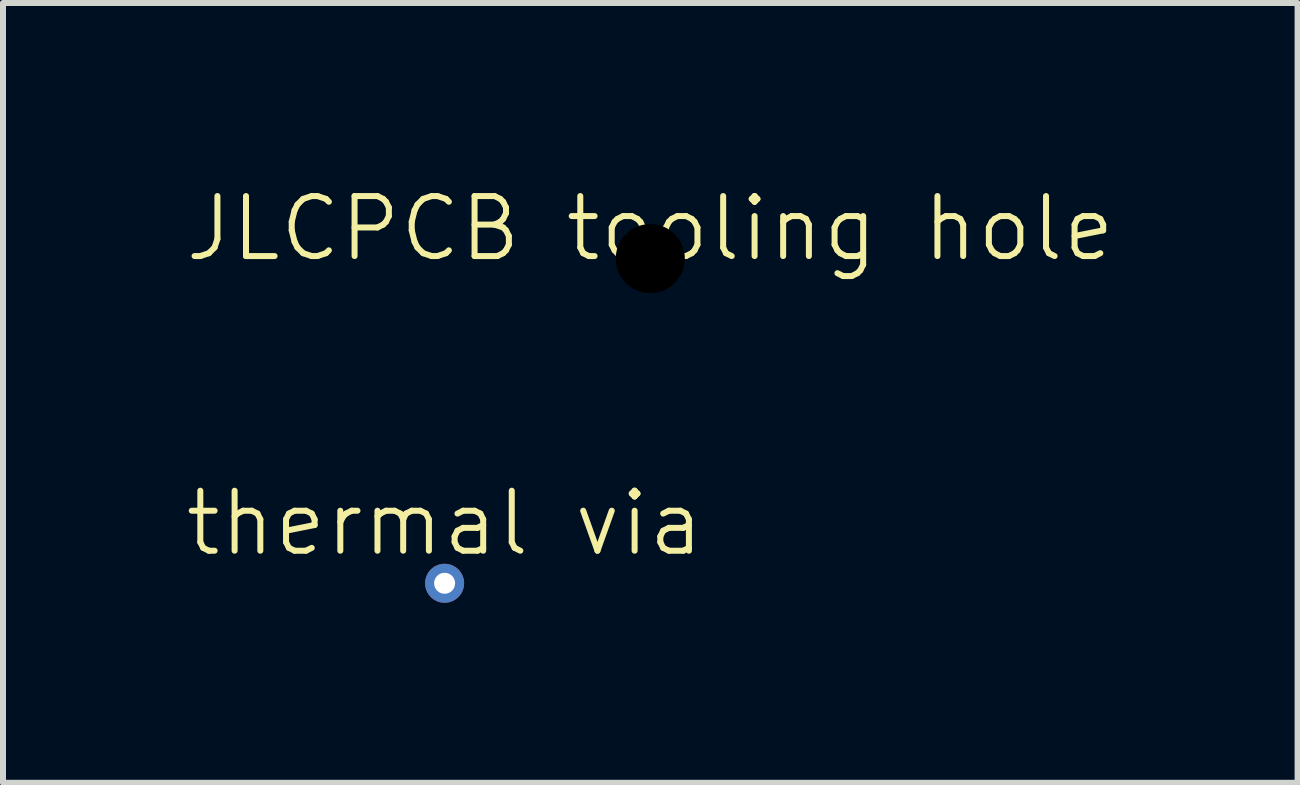
<source format=kicad_pcb>
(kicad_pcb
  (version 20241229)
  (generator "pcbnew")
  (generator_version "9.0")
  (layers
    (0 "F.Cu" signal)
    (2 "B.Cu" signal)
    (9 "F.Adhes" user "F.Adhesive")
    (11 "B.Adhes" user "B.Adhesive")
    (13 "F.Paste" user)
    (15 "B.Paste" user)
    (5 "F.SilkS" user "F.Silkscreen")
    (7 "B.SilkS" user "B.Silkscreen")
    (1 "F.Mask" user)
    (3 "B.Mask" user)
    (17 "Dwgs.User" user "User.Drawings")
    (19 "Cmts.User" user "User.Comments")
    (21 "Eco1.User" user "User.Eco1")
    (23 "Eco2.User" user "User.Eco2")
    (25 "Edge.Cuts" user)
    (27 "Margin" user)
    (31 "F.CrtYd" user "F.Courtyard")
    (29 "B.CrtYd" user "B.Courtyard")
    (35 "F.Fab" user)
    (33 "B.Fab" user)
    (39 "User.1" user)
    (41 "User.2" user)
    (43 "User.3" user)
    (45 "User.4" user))
  (footprint "JLCPCB tooling hole"
    (layer "F.Cu")
    (at 7.788 1.26)
    (property "Reference" "JLCPCB tooling hole" (at 0 -0.5 0) (unlocked yes) (layer "F.SilkS") (effects (font (size 1 1) (thickness 0.1))))
    (attr exclude_from_pos_files exclude_from_bom)
    (pad "" np_thru_hole circle (at 0 0) (size 1.3 1.3) (drill 1.152) (layers "*.Mask")))
  (footprint "thermal via"
    (layer "F.Cu")
    (at 4.36 6.671)
    (property "Reference" "thermal via" (at 0 -1 0) (unlocked yes) (layer "F.SilkS") (effects (font (size 1 1) (thickness 0.1))))
    (attr through_hole exclude_from_pos_files exclude_from_bom allow_missing_courtyard)
    (pad "1" thru_hole circle (at 0 0) (size 0.65 0.65) (drill 0.35) (layers "*.Cu" "*.Mask" "F.Paste")))
  (gr_rect
    (start -3 -3)
    (end 18.576 9.996)
    (stroke (width 0.1) (type default))
    (fill no)
    (layer "Edge.Cuts")))
</source>
